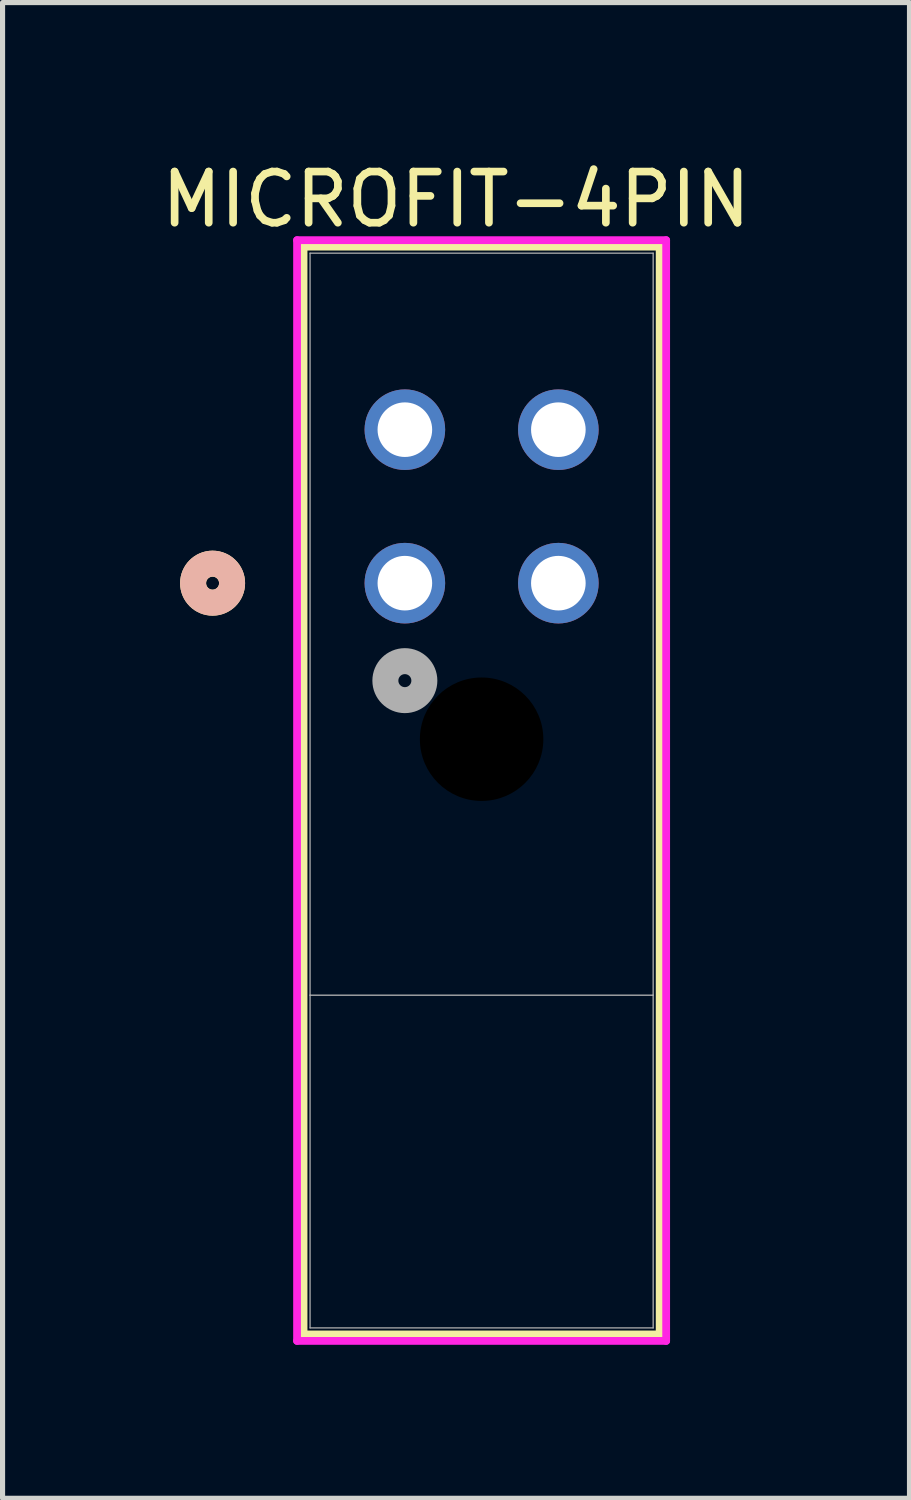
<source format=kicad_pcb>
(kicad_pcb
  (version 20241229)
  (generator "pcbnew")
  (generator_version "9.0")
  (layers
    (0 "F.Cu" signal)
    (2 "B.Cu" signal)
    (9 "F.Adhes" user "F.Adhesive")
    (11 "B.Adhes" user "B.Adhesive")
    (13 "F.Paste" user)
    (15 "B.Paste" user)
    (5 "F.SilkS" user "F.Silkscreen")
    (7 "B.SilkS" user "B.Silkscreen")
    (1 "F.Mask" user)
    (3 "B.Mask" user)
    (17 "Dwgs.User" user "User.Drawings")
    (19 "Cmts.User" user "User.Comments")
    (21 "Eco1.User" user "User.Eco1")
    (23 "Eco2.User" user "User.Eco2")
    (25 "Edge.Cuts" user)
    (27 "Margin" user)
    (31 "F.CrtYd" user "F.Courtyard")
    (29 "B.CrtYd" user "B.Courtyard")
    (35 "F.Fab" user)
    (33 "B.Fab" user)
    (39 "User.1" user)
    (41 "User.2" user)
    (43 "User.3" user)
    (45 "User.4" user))
  (footprint "MICROFIT-4PIN"
    (layer "F.Cu")
    (at 4.863 8.348)
    (property "Reference" "MICROFIT-4PIN" (at 1 -7.5 0) (unlocked yes) (layer "F.SilkS") (effects (font (size 1 1) (thickness 0.15))))
    (attr through_hole)
    (fp_line (start -1.98 -6.577) (end -1.98 14.683) (stroke (width 0.152) (type solid)) (layer "F.SilkS"))
    (fp_line (start -1.98 14.683) (end 4.98 14.683) (stroke (width 0.152) (type solid)) (layer "F.SilkS"))
    (fp_line (start 4.98 -6.577) (end -1.98 -6.577) (stroke (width 0.152) (type solid)) (layer "F.SilkS"))
    (fp_line (start 4.98 14.683) (end 4.98 -6.577) (stroke (width 0.152) (type solid)) (layer "F.SilkS"))
    (fp_circle (center -3.758 0) (end -3.377 0) (stroke (width 0.508) (type solid)) (fill no) (layer "F.SilkS"))
    (fp_circle (center -3.758 0) (end -3.377 0) (stroke (width 0.508) (type solid)) (fill no) (layer "B.SilkS"))
    (fp_line (start -2.107 -6.704) (end -2.107 14.81) (stroke (width 0.152) (type solid)) (layer "F.CrtYd"))
    (fp_line (start -2.107 14.81) (end 5.107 14.81) (stroke (width 0.152) (type solid)) (layer "F.CrtYd"))
    (fp_line (start 5.107 -6.704) (end -2.107 -6.704) (stroke (width 0.152) (type solid)) (layer "F.CrtYd"))
    (fp_line (start 5.107 14.81) (end 5.107 -6.704) (stroke (width 0.152) (type solid)) (layer "F.CrtYd"))
    (fp_line (start -1.853 -6.45) (end -1.853 8.053) (stroke (width 0.025) (type solid)) (layer "F.Fab"))
    (fp_line (start -1.853 8.053) (end -1.853 14.556) (stroke (width 0.025) (type solid)) (layer "F.Fab"))
    (fp_line (start -1.853 8.053) (end 4.853 8.053) (stroke (width 0.025) (type solid)) (layer "F.Fab"))
    (fp_line (start -1.853 14.556) (end 4.853 14.556) (stroke (width 0.025) (type solid)) (layer "F.Fab"))
    (fp_line (start 4.853 -6.45) (end -1.853 -6.45) (stroke (width 0.025) (type solid)) (layer "F.Fab"))
    (fp_line (start 4.853 8.053) (end 4.853 -6.45) (stroke (width 0.025) (type solid)) (layer "F.Fab"))
    (fp_line (start 4.853 14.556) (end 4.853 8.053) (stroke (width 0.025) (type solid)) (layer "F.Fab"))
    (fp_circle (center 0 1.905) (end 0.381 1.905) (stroke (width 0.508) (type solid)) (fill no) (layer "F.Fab"))
    (pad "" np_thru_hole circle (at 1.5 3.05) (size 2.413 2.413) (drill 2.413) (layers))
    (pad "1" thru_hole circle (at 0 0) (size 1.575 1.575) (drill 1.067) (layers "*.Cu" "*.Mask"))
    (pad "2" thru_hole circle (at 3 0) (size 1.575 1.575) (drill 1.067) (layers "*.Cu" "*.Mask"))
    (pad "3" thru_hole circle (at 0 -3) (size 1.575 1.575) (drill 1.067) (layers "*.Cu" "*.Mask"))
    (pad "4" thru_hole circle (at 3 -3) (size 1.575 1.575) (drill 1.067) (layers "*.Cu" "*.Mask")))
  (gr_rect
    (start -3 -3)
    (end 14.726 26.234)
    (stroke (width 0.1) (type default))
    (fill no)
    (layer "Edge.Cuts")))
</source>
